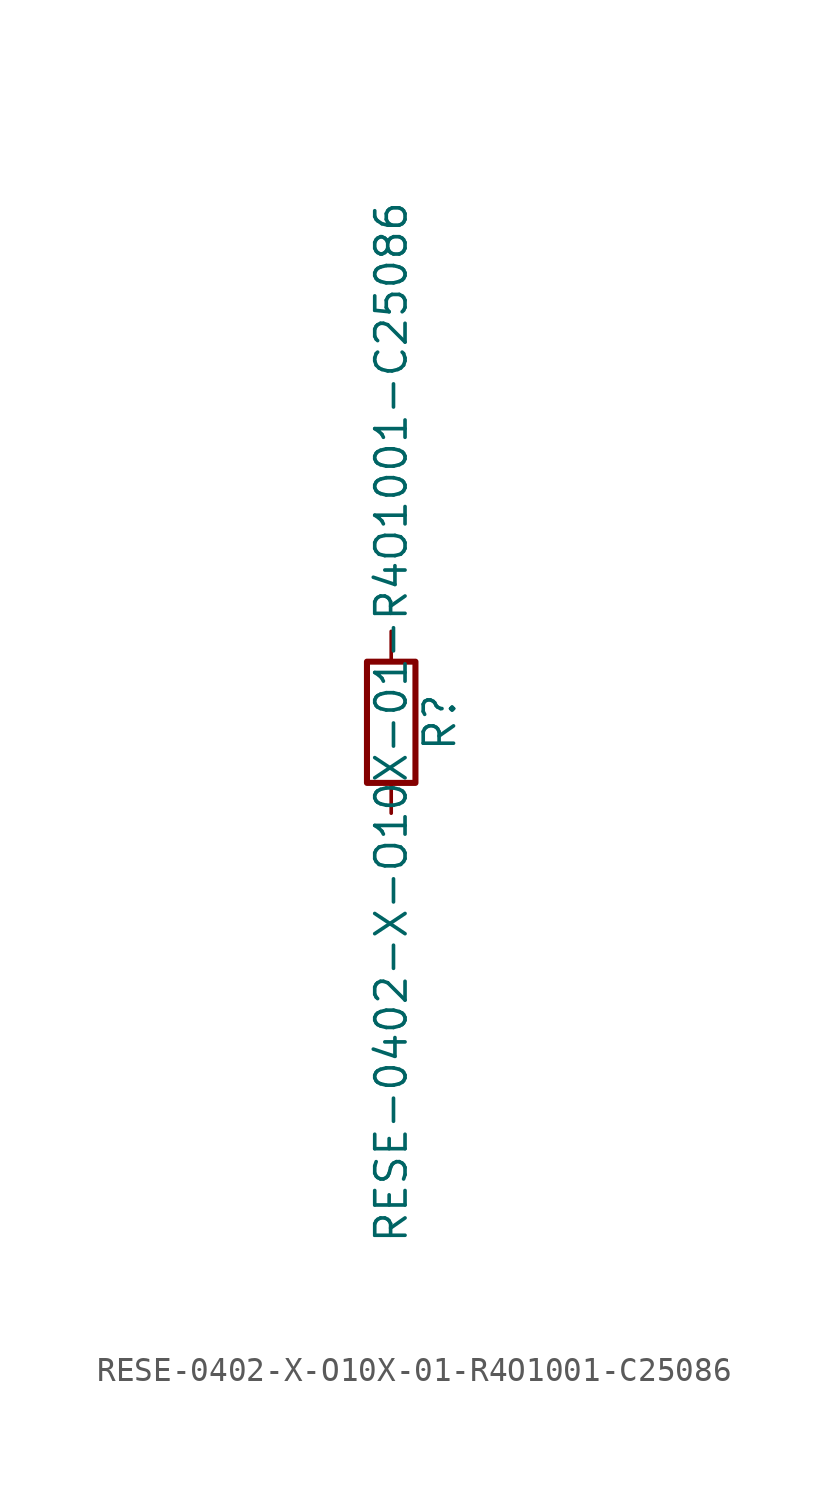
<source format=kicad_sym>
(kicad_symbol_lib
  (version 20211014)
  (generator kicad_symbol_editor)
  (symbol "RESE-0402-X-O10X-01-R4O1001-C25086"
    (pin_numbers hide)
    (pin_names
      (offset 0))
    (property "Reference" "R"
      (at 2.032 0 90)
      (effects (font (size 1.27 1.27))))
    (property "Value" "RESE-0402-X-O10X-01-R4O1001-C25086"
      (at 0 0 90)
      (effects (font (size 1.27 1.27))))
    (symbol "RESE-0402-X-O10X-01-R4O1001-C25086_0_1"
      (rectangle (start -1.016 -2.54) (end 1.016 2.54) (stroke (width 0.254) (type default) (color 0 0 0 0)) (fill (type none))))
    (symbol "RESE-0402-X-O10X-01-R4O1001-C25086_1_1"
      (pin passive line (at 0 3.81 270) (length 1.27) (name "~" (effects (font (size 1.27 1.27)))) (number "1" (effects (font (size 1.27 1.27)))))
      (pin passive line (at 0 -3.81 90) (length 1.27) (name "~" (effects (font (size 1.27 1.27)))) (number "2" (effects (font (size 1.27 1.27))))))))
</source>
